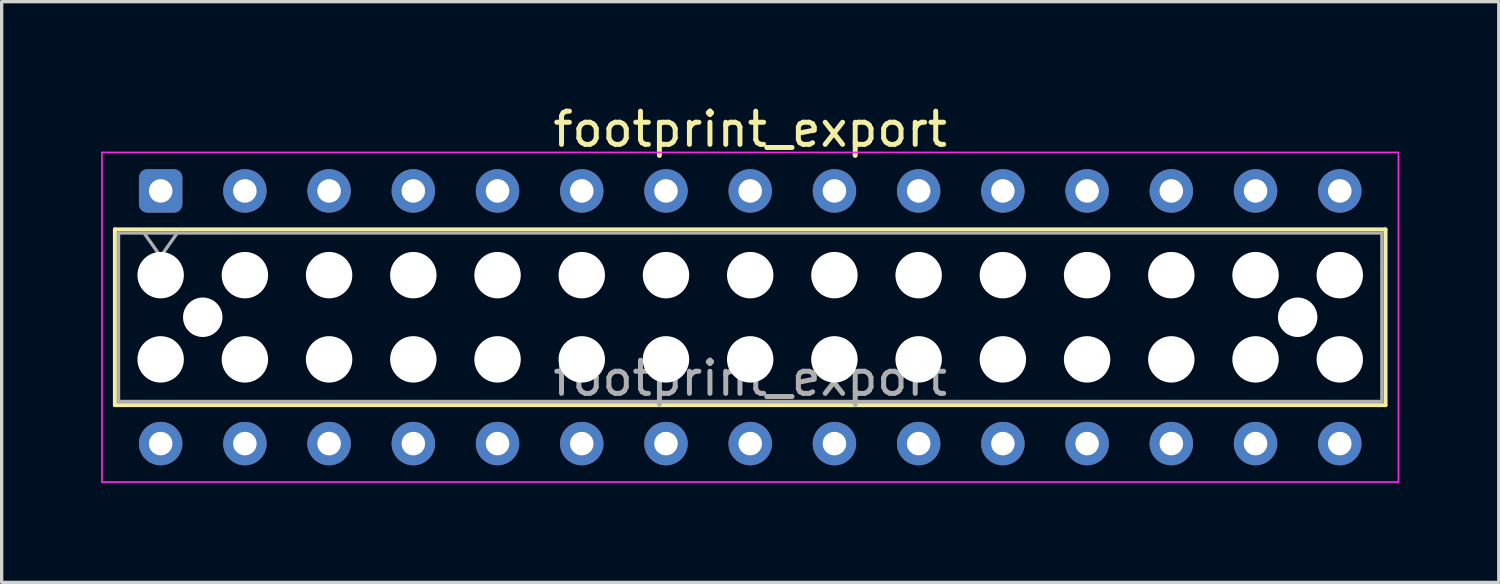
<source format=kicad_pcb>
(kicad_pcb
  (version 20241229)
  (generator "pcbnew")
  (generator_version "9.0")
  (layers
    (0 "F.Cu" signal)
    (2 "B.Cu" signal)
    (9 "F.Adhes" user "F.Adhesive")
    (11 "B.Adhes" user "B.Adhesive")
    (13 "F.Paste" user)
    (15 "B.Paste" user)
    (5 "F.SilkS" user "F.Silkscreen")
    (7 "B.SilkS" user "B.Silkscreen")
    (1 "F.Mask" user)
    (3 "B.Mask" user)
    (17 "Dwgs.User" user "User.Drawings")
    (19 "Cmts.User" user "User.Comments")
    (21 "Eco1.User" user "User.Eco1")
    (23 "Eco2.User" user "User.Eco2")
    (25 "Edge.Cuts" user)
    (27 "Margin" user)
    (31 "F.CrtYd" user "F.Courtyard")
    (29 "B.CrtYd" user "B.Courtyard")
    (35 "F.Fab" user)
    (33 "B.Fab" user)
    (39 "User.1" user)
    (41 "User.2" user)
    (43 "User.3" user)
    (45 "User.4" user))
  (footprint "footprint_export"
    (layer "F.Cu")
    (at 1.795 2.708)
    (property "Reference" "footprint_export" (at 17.78 -1.86 0) (layer "F.SilkS") (effects (font (size 1 1) (thickness 0.15))))
    (attr through_hole)
    (fp_line (start -1.38 1.16) (end 36.94 1.16) (stroke (width 0.12) (type solid)) (layer "F.SilkS"))
    (fp_line (start -1.38 6.46) (end -1.38 1.16) (stroke (width 0.12) (type solid)) (layer "F.SilkS"))
    (fp_line (start 36.94 1.16) (end 36.94 6.46) (stroke (width 0.12) (type solid)) (layer "F.SilkS"))
    (fp_line (start 36.94 6.46) (end -1.38 6.46) (stroke (width 0.12) (type solid)) (layer "F.SilkS"))
    (fp_line (start -1.77 -1.16) (end 37.33 -1.16) (stroke (width 0.05) (type solid)) (layer "F.CrtYd"))
    (fp_line (start -1.77 8.78) (end -1.77 -1.16) (stroke (width 0.05) (type solid)) (layer "F.CrtYd"))
    (fp_line (start 37.33 -1.16) (end 37.33 8.78) (stroke (width 0.05) (type solid)) (layer "F.CrtYd"))
    (fp_line (start 37.33 8.78) (end -1.77 8.78) (stroke (width 0.05) (type solid)) (layer "F.CrtYd"))
    (fp_line (start -1.27 1.27) (end 36.83 1.27) (stroke (width 0.1) (type solid)) (layer "F.Fab"))
    (fp_line (start -1.27 6.35) (end -1.27 1.27) (stroke (width 0.1) (type solid)) (layer "F.Fab"))
    (fp_line (start -0.5 1.27) (end 0 1.977) (stroke (width 0.1) (type solid)) (layer "F.Fab"))
    (fp_line (start 0 1.977) (end 0.5 1.27) (stroke (width 0.1) (type solid)) (layer "F.Fab"))
    (fp_line (start 36.83 1.27) (end 36.83 6.35) (stroke (width 0.1) (type solid)) (layer "F.Fab"))
    (fp_line (start 36.83 6.35) (end -1.27 6.35) (stroke (width 0.1) (type solid)) (layer "F.Fab"))
    (fp_text user "${REFERENCE}" (at 17.78 5.65 0) (layer "F.Fab") (effects (font (size 1 1) (thickness 0.15))))
    (pad "" np_thru_hole circle (at 0 2.54) (size 1.4 1.4) (drill 1.4) (layers "*.Cu" "*.Mask"))
    (pad "" np_thru_hole circle (at 0 5.08) (size 1.4 1.4) (drill 1.4) (layers "*.Cu" "*.Mask"))
    (pad "" np_thru_hole circle (at 1.27 3.81) (size 1.19 1.19) (drill 1.19) (layers "*.Cu" "*.Mask"))
    (pad "" np_thru_hole circle (at 2.54 2.54) (size 1.4 1.4) (drill 1.4) (layers "*.Cu" "*.Mask"))
    (pad "" np_thru_hole circle (at 2.54 5.08) (size 1.4 1.4) (drill 1.4) (layers "*.Cu" "*.Mask"))
    (pad "" np_thru_hole circle (at 5.08 2.54) (size 1.4 1.4) (drill 1.4) (layers "*.Cu" "*.Mask"))
    (pad "" np_thru_hole circle (at 5.08 5.08) (size 1.4 1.4) (drill 1.4) (layers "*.Cu" "*.Mask"))
    (pad "" np_thru_hole circle (at 7.62 2.54) (size 1.4 1.4) (drill 1.4) (layers "*.Cu" "*.Mask"))
    (pad "" np_thru_hole circle (at 7.62 5.08) (size 1.4 1.4) (drill 1.4) (layers "*.Cu" "*.Mask"))
    (pad "" np_thru_hole circle (at 10.16 2.54) (size 1.4 1.4) (drill 1.4) (layers "*.Cu" "*.Mask"))
    (pad "" np_thru_hole circle (at 10.16 5.08) (size 1.4 1.4) (drill 1.4) (layers "*.Cu" "*.Mask"))
    (pad "" np_thru_hole circle (at 12.7 2.54) (size 1.4 1.4) (drill 1.4) (layers "*.Cu" "*.Mask"))
    (pad "" np_thru_hole circle (at 12.7 5.08) (size 1.4 1.4) (drill 1.4) (layers "*.Cu" "*.Mask"))
    (pad "" np_thru_hole circle (at 15.24 2.54) (size 1.4 1.4) (drill 1.4) (layers "*.Cu" "*.Mask"))
    (pad "" np_thru_hole circle (at 15.24 5.08) (size 1.4 1.4) (drill 1.4) (layers "*.Cu" "*.Mask"))
    (pad "" np_thru_hole circle (at 17.78 2.54) (size 1.4 1.4) (drill 1.4) (layers "*.Cu" "*.Mask"))
    (pad "" np_thru_hole circle (at 17.78 5.08) (size 1.4 1.4) (drill 1.4) (layers "*.Cu" "*.Mask"))
    (pad "" np_thru_hole circle (at 20.32 2.54) (size 1.4 1.4) (drill 1.4) (layers "*.Cu" "*.Mask"))
    (pad "" np_thru_hole circle (at 20.32 5.08) (size 1.4 1.4) (drill 1.4) (layers "*.Cu" "*.Mask"))
    (pad "" np_thru_hole circle (at 22.86 2.54) (size 1.4 1.4) (drill 1.4) (layers "*.Cu" "*.Mask"))
    (pad "" np_thru_hole circle (at 22.86 5.08) (size 1.4 1.4) (drill 1.4) (layers "*.Cu" "*.Mask"))
    (pad "" np_thru_hole circle (at 25.4 2.54) (size 1.4 1.4) (drill 1.4) (layers "*.Cu" "*.Mask"))
    (pad "" np_thru_hole circle (at 25.4 5.08) (size 1.4 1.4) (drill 1.4) (layers "*.Cu" "*.Mask"))
    (pad "" np_thru_hole circle (at 27.94 2.54) (size 1.4 1.4) (drill 1.4) (layers "*.Cu" "*.Mask"))
    (pad "" np_thru_hole circle (at 27.94 5.08) (size 1.4 1.4) (drill 1.4) (layers "*.Cu" "*.Mask"))
    (pad "" np_thru_hole circle (at 30.48 2.54) (size 1.4 1.4) (drill 1.4) (layers "*.Cu" "*.Mask"))
    (pad "" np_thru_hole circle (at 30.48 5.08) (size 1.4 1.4) (drill 1.4) (layers "*.Cu" "*.Mask"))
    (pad "" np_thru_hole circle (at 33.02 2.54) (size 1.4 1.4) (drill 1.4) (layers "*.Cu" "*.Mask"))
    (pad "" np_thru_hole circle (at 33.02 5.08) (size 1.4 1.4) (drill 1.4) (layers "*.Cu" "*.Mask"))
    (pad "" np_thru_hole circle (at 34.29 3.81) (size 1.19 1.19) (drill 1.19) (layers "*.Cu" "*.Mask"))
    (pad "" np_thru_hole circle (at 35.56 2.54) (size 1.4 1.4) (drill 1.4) (layers "*.Cu" "*.Mask"))
    (pad "" np_thru_hole circle (at 35.56 5.08) (size 1.4 1.4) (drill 1.4) (layers "*.Cu" "*.Mask"))
    (pad "1" thru_hole roundrect (at 0 0) (size 1.31 1.31) (drill 0.71) (layers "*.Cu" "*.Mask") (roundrect_rratio 0.191))
    (pad "2" thru_hole circle (at 0 7.62) (size 1.31 1.31) (drill 0.71) (layers "*.Cu" "*.Mask"))
    (pad "3" thru_hole circle (at 2.54 0) (size 1.31 1.31) (drill 0.71) (layers "*.Cu" "*.Mask"))
    (pad "4" thru_hole circle (at 2.54 7.62) (size 1.31 1.31) (drill 0.71) (layers "*.Cu" "*.Mask"))
    (pad "5" thru_hole circle (at 5.08 0) (size 1.31 1.31) (drill 0.71) (layers "*.Cu" "*.Mask"))
    (pad "6" thru_hole circle (at 5.08 7.62) (size 1.31 1.31) (drill 0.71) (layers "*.Cu" "*.Mask"))
    (pad "7" thru_hole circle (at 7.62 0) (size 1.31 1.31) (drill 0.71) (layers "*.Cu" "*.Mask"))
    (pad "8" thru_hole circle (at 7.62 7.62) (size 1.31 1.31) (drill 0.71) (layers "*.Cu" "*.Mask"))
    (pad "9" thru_hole circle (at 10.16 0) (size 1.31 1.31) (drill 0.71) (layers "*.Cu" "*.Mask"))
    (pad "10" thru_hole circle (at 10.16 7.62) (size 1.31 1.31) (drill 0.71) (layers "*.Cu" "*.Mask"))
    (pad "11" thru_hole circle (at 12.7 0) (size 1.31 1.31) (drill 0.71) (layers "*.Cu" "*.Mask"))
    (pad "12" thru_hole circle (at 12.7 7.62) (size 1.31 1.31) (drill 0.71) (layers "*.Cu" "*.Mask"))
    (pad "13" thru_hole circle (at 15.24 0) (size 1.31 1.31) (drill 0.71) (layers "*.Cu" "*.Mask"))
    (pad "14" thru_hole circle (at 15.24 7.62) (size 1.31 1.31) (drill 0.71) (layers "*.Cu" "*.Mask"))
    (pad "15" thru_hole circle (at 17.78 0) (size 1.31 1.31) (drill 0.71) (layers "*.Cu" "*.Mask"))
    (pad "16" thru_hole circle (at 17.78 7.62) (size 1.31 1.31) (drill 0.71) (layers "*.Cu" "*.Mask"))
    (pad "17" thru_hole circle (at 20.32 0) (size 1.31 1.31) (drill 0.71) (layers "*.Cu" "*.Mask"))
    (pad "18" thru_hole circle (at 20.32 7.62) (size 1.31 1.31) (drill 0.71) (layers "*.Cu" "*.Mask"))
    (pad "19" thru_hole circle (at 22.86 0) (size 1.31 1.31) (drill 0.71) (layers "*.Cu" "*.Mask"))
    (pad "20" thru_hole circle (at 22.86 7.62) (size 1.31 1.31) (drill 0.71) (layers "*.Cu" "*.Mask"))
    (pad "21" thru_hole circle (at 25.4 0) (size 1.31 1.31) (drill 0.71) (layers "*.Cu" "*.Mask"))
    (pad "22" thru_hole circle (at 25.4 7.62) (size 1.31 1.31) (drill 0.71) (layers "*.Cu" "*.Mask"))
    (pad "23" thru_hole circle (at 27.94 0) (size 1.31 1.31) (drill 0.71) (layers "*.Cu" "*.Mask"))
    (pad "24" thru_hole circle (at 27.94 7.62) (size 1.31 1.31) (drill 0.71) (layers "*.Cu" "*.Mask"))
    (pad "25" thru_hole circle (at 30.48 0) (size 1.31 1.31) (drill 0.71) (layers "*.Cu" "*.Mask"))
    (pad "26" thru_hole circle (at 30.48 7.62) (size 1.31 1.31) (drill 0.71) (layers "*.Cu" "*.Mask"))
    (pad "27" thru_hole circle (at 33.02 0) (size 1.31 1.31) (drill 0.71) (layers "*.Cu" "*.Mask"))
    (pad "28" thru_hole circle (at 33.02 7.62) (size 1.31 1.31) (drill 0.71) (layers "*.Cu" "*.Mask"))
    (pad "29" thru_hole circle (at 35.56 0) (size 1.31 1.31) (drill 0.71) (layers "*.Cu" "*.Mask"))
    (pad "30" thru_hole circle (at 35.56 7.62) (size 1.31 1.31) (drill 0.71) (layers "*.Cu" "*.Mask")))
  (gr_rect
    (start -3 -3)
    (end 42.15 14.513)
    (stroke (width 0.1) (type default))
    (fill no)
    (layer "Edge.Cuts")))
</source>
